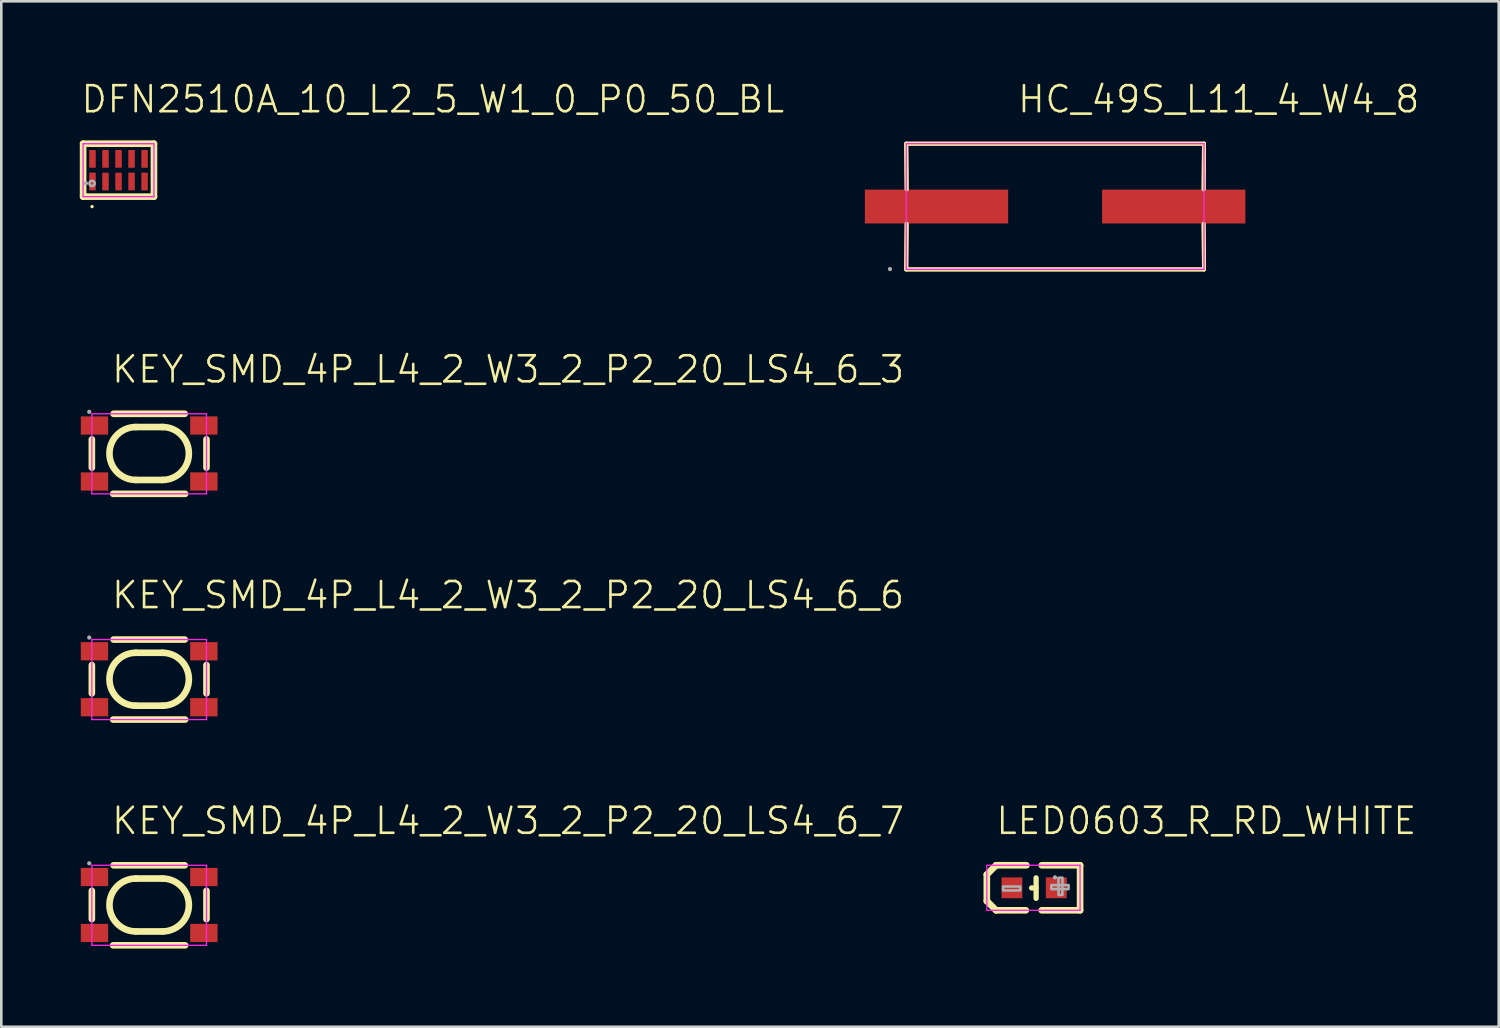
<source format=kicad_pcb>
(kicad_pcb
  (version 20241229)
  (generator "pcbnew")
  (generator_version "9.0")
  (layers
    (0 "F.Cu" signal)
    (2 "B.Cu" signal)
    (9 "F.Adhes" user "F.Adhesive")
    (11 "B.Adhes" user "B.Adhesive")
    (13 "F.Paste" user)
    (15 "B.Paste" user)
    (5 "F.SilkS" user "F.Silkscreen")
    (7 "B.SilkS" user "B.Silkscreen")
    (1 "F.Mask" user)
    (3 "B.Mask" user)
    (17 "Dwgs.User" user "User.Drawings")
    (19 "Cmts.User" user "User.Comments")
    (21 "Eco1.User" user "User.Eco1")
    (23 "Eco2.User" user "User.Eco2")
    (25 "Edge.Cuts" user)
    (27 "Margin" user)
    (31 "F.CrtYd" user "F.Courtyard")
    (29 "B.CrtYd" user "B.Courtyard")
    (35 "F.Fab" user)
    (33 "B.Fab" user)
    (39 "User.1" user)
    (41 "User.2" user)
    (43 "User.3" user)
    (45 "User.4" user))
  (footprint "DFN2510A_10_L2_5_W1_0_P0_50_BL"
    (layer "F.Cu")
    (at 1.5 3.483)
    (property "Reference" "DFN2510A_10_L2_5_W1_0_P0_50_BL" (at -1.5 -2.722 0) (layer "F.SilkS") (effects (font (size 1 1) (thickness 0.1)) (justify left)))
    (fp_line (start -1.36 -1.016) (end -1.36 1.016) (stroke (width 0.254) (type solid)) (layer "F.SilkS"))
    (fp_line (start -1.36 -1.016) (end 1.36 -1.016) (stroke (width 0.254) (type solid)) (layer "F.SilkS"))
    (fp_line (start -1.36 1.016) (end 1.36 1.016) (stroke (width 0.254) (type solid)) (layer "F.SilkS"))
    (fp_line (start 1.36 -1.016) (end 1.36 1.016) (stroke (width 0.254) (type solid)) (layer "F.SilkS"))
    (fp_poly (pts (xy -0.952 1.397) (xy -0.953 1.385) (xy -0.957 1.373) (xy -0.963 1.362) (xy -0.971 1.352) (xy -0.98 1.344) (xy -0.992 1.338) (xy -1.004 1.335) (xy -1.016 1.333) (xy -1.028 1.335) (xy -1.04 1.338) (xy -1.052 1.344) (xy -1.061 1.352) (xy -1.069 1.362) (xy -1.075 1.373) (xy -1.079 1.385) (xy -1.08 1.397) (xy -1.079 1.41) (xy -1.075 1.422) (xy -1.069 1.433) (xy -1.061 1.443) (xy -1.052 1.451) (xy -1.04 1.457) (xy -1.028 1.46) (xy -1.016 1.462) (xy -1.004 1.46) (xy -0.992 1.457) (xy -0.98 1.451) (xy -0.971 1.443) (xy -0.963 1.433) (xy -0.957 1.422) (xy -0.953 1.41)) (stroke (width 0) (type solid)) (fill yes) (layer "F.SilkS"))
    (fp_line (start -1.36 -1.016) (end -1.36 1.016) (stroke (width 0.05) (type solid)) (layer "F.CrtYd"))
    (fp_line (start -1.36 1.016) (end 1.36 1.016) (stroke (width 0.05) (type solid)) (layer "F.CrtYd"))
    (fp_line (start 1.36 -1.016) (end -1.36 -1.016) (stroke (width 0.05) (type solid)) (layer "F.CrtYd"))
    (fp_line (start 1.36 1.016) (end 1.36 -1.016) (stroke (width 0.05) (type solid)) (layer "F.CrtYd"))
    (fp_poly (pts (xy -1.22 0.5) (xy -1.221 0.495) (xy -1.222 0.489) (xy -1.225 0.484) (xy -1.229 0.479) (xy -1.233 0.476) (xy -1.239 0.473) (xy -1.244 0.471) (xy -1.25 0.47) (xy -1.256 0.471) (xy -1.261 0.473) (xy -1.267 0.476) (xy -1.271 0.479) (xy -1.275 0.484) (xy -1.278 0.489) (xy -1.279 0.495) (xy -1.28 0.5) (xy -1.279 0.506) (xy -1.278 0.512) (xy -1.275 0.517) (xy -1.271 0.522) (xy -1.267 0.525) (xy -1.261 0.528) (xy -1.256 0.53) (xy -1.25 0.53) (xy -1.244 0.53) (xy -1.239 0.528) (xy -1.233 0.525) (xy -1.229 0.522) (xy -1.225 0.517) (xy -1.222 0.512) (xy -1.221 0.506)) (stroke (width 0.1) (type solid)) (fill no) (layer "F.Fab"))
    (fp_poly (pts (xy -0.916 0.508) (xy -0.918 0.489) (xy -0.924 0.47) (xy -0.933 0.453) (xy -0.945 0.438) (xy -0.96 0.425) (xy -0.978 0.416) (xy -0.996 0.41) (xy -1.016 0.408) (xy -1.036 0.41) (xy -1.054 0.416) (xy -1.072 0.425) (xy -1.087 0.438) (xy -1.099 0.453) (xy -1.108 0.47) (xy -1.114 0.489) (xy -1.116 0.508) (xy -1.114 0.528) (xy -1.108 0.547) (xy -1.099 0.564) (xy -1.087 0.579) (xy -1.072 0.592) (xy -1.054 0.601) (xy -1.036 0.607) (xy -1.016 0.609) (xy -0.996 0.607) (xy -0.978 0.601) (xy -0.96 0.592) (xy -0.945 0.579) (xy -0.933 0.564) (xy -0.924 0.547) (xy -0.918 0.528)) (stroke (width 0.1) (type solid)) (fill no) (layer "F.Fab"))
    (pad "" smd rect (at -1 -0.434) (size 0.352 0.782) (layers "F.Mask"))
    (pad "" smd rect (at -1 0.434) (size 0.352 0.782) (layers "F.Mask"))
    (pad "" smd rect (at -0.5 -0.434) (size 0.352 0.782) (layers "F.Mask"))
    (pad "" smd rect (at -0.5 0.434) (size 0.352 0.782) (layers "F.Mask"))
    (pad "" smd rect (at 0 -0.434) (size 0.352 0.782) (layers "F.Mask"))
    (pad "" smd rect (at 0 0.434) (size 0.352 0.782) (layers "F.Mask"))
    (pad "" smd rect (at 0.5 -0.434) (size 0.352 0.782) (layers "F.Mask"))
    (pad "" smd rect (at 0.5 0.434) (size 0.352 0.782) (layers "F.Mask"))
    (pad "" smd rect (at 1 -0.434) (size 0.352 0.782) (layers "F.Mask"))
    (pad "" smd rect (at 1 0.434) (size 0.352 0.782) (layers "F.Mask"))
    (pad "1" smd rect (at -1 0.434) (size 0.25 0.68) (layers "F.Cu" "F.Paste"))
    (pad "2" smd rect (at -0.5 0.434) (size 0.25 0.68) (layers "F.Cu" "F.Paste"))
    (pad "3" smd rect (at 0 0.434) (size 0.25 0.68) (layers "F.Cu" "F.Paste"))
    (pad "4" smd rect (at 0.5 0.434) (size 0.25 0.68) (layers "F.Cu" "F.Paste"))
    (pad "5" smd rect (at 1 0.434) (size 0.25 0.68) (layers "F.Cu" "F.Paste"))
    (pad "6" smd rect (at 1 -0.434) (size 0.25 0.68) (layers "F.Cu" "F.Paste"))
    (pad "7" smd rect (at 0.5 -0.434) (size 0.25 0.68) (layers "F.Cu" "F.Paste"))
    (pad "8" smd rect (at 0 -0.434) (size 0.25 0.68) (layers "F.Cu" "F.Paste"))
    (pad "9" smd rect (at -0.5 -0.434) (size 0.25 0.68) (layers "F.Cu" "F.Paste"))
    (pad "10" smd rect (at -1 -0.434) (size 0.25 0.68) (layers "F.Cu" "F.Paste")))
  (footprint "HC_49S_L11_4_W4_8"
    (layer "F.Cu")
    (at 37.454 4.879)
    (property "Reference" "HC_49S_L11_4_W4_8" (at -1.5 -4.119 0) (layer "F.SilkS") (effects (font (size 1 1) (thickness 0.1)) (justify left)))
    (fp_line (start -5.715 -2.413) (end -5.7 -0.663) (stroke (width 0.152) (type solid)) (layer "F.SilkS"))
    (fp_line (start -5.715 -2.413) (end -5.7 -0.663) (stroke (width 0.152) (type solid)) (layer "F.SilkS"))
    (fp_line (start -5.715 2.413) (end 5.715 2.413) (stroke (width 0.152) (type solid)) (layer "F.SilkS"))
    (fp_line (start -5.715 2.413) (end 5.715 2.413) (stroke (width 0.152) (type solid)) (layer "F.SilkS"))
    (fp_line (start -5.7 0.662) (end -5.715 2.413) (stroke (width 0.152) (type solid)) (layer "F.SilkS"))
    (fp_line (start -5.7 0.662) (end -5.715 2.413) (stroke (width 0.152) (type solid)) (layer "F.SilkS"))
    (fp_line (start 5.7 -0.663) (end 5.715 -2.413) (stroke (width 0.152) (type solid)) (layer "F.SilkS"))
    (fp_line (start 5.7 -0.663) (end 5.715 -2.413) (stroke (width 0.152) (type solid)) (layer "F.SilkS"))
    (fp_line (start 5.715 -2.413) (end -5.715 -2.413) (stroke (width 0.152) (type solid)) (layer "F.SilkS"))
    (fp_line (start 5.715 -2.413) (end -5.715 -2.413) (stroke (width 0.152) (type solid)) (layer "F.SilkS"))
    (fp_line (start 5.715 2.413) (end 5.7 0.662) (stroke (width 0.152) (type solid)) (layer "F.SilkS"))
    (fp_line (start 5.715 2.413) (end 5.7 0.662) (stroke (width 0.152) (type solid)) (layer "F.SilkS"))
    (fp_line (start -5.715 -2.413) (end -5.715 2.413) (stroke (width 0.05) (type solid)) (layer "F.CrtYd"))
    (fp_line (start -5.715 2.413) (end 5.715 2.413) (stroke (width 0.05) (type solid)) (layer "F.CrtYd"))
    (fp_line (start 5.715 -2.413) (end -5.715 -2.413) (stroke (width 0.05) (type solid)) (layer "F.CrtYd"))
    (fp_line (start 5.715 2.413) (end 5.715 -2.413) (stroke (width 0.05) (type solid)) (layer "F.CrtYd"))
    (fp_poly (pts (xy -6.31 2.4) (xy -6.311 2.394) (xy -6.312 2.389) (xy -6.315 2.383) (xy -6.319 2.379) (xy -6.323 2.375) (xy -6.329 2.372) (xy -6.334 2.371) (xy -6.34 2.37) (xy -6.346 2.371) (xy -6.351 2.372) (xy -6.357 2.375) (xy -6.361 2.379) (xy -6.365 2.383) (xy -6.368 2.389) (xy -6.369 2.394) (xy -6.37 2.4) (xy -6.369 2.406) (xy -6.368 2.411) (xy -6.365 2.417) (xy -6.361 2.421) (xy -6.357 2.425) (xy -6.351 2.428) (xy -6.346 2.429) (xy -6.34 2.43) (xy -6.334 2.429) (xy -6.329 2.428) (xy -6.323 2.425) (xy -6.319 2.421) (xy -6.315 2.417) (xy -6.312 2.411) (xy -6.311 2.406)) (stroke (width 0.1) (type solid)) (fill no) (layer "F.Fab"))
    (pad "" smd rect (at -4.553 0 180) (size 5.602 1.402) (layers "F.Mask"))
    (pad "" smd rect (at 4.553 0 180) (size 5.602 1.402) (layers "F.Mask"))
    (pad "1" smd rect (at -4.553 0 180) (size 5.5 1.3) (layers "F.Cu" "F.Paste"))
    (pad "2" smd rect (at 4.553 0 180) (size 5.5 1.3) (layers "F.Cu" "F.Paste")))
  (footprint "KEY_SMD_4P_L4_2_W3_2_P2_20_LS4_6_6"
    (layer "F.Cu")
    (at 2.676 23.037)
    (property "Reference" "KEY_SMD_4P_L4_2_W3_2_P2_20_LS4_6_6" (at -1.5 -3.242 0) (layer "F.SilkS") (effects (font (size 1 1) (thickness 0.1)) (justify left)))
    (fp_line (start -2.2 -0.556) (end -2.2 0.53) (stroke (width 0.254) (type solid)) (layer "F.SilkS"))
    (fp_line (start -1.381 1.536) (end 1.381 1.536) (stroke (width 0.254) (type solid)) (layer "F.SilkS"))
    (fp_line (start -0.508 -1.028) (end 0.508 -1.028) (stroke (width 0.254) (type solid)) (layer "F.SilkS"))
    (fp_line (start -0.508 1.004) (end 0.508 1.004) (stroke (width 0.254) (type solid)) (layer "F.SilkS"))
    (fp_line (start 1.366 -1.536) (end -1.366 -1.536) (stroke (width 0.254) (type solid)) (layer "F.SilkS"))
    (fp_line (start 2.2 -0.556) (end 2.2 0.53) (stroke (width 0.254) (type solid)) (layer "F.SilkS"))
    (fp_arc (start -0.508 1.0035) (mid -1.524 -0.0125) (end -0.508 -1.0285) (stroke (width 0.254) (type solid)) (layer "F.SilkS"))
    (fp_arc (start 0.508 -1.0285) (mid 1.524 -0.0125) (end 0.508 1.0035) (stroke (width 0.254) (type solid)) (layer "F.SilkS"))
    (fp_line (start -2.2 -1.536) (end -2.2 1.536) (stroke (width 0.05) (type solid)) (layer "F.CrtYd"))
    (fp_line (start -2.2 1.536) (end 2.2 1.536) (stroke (width 0.05) (type solid)) (layer "F.CrtYd"))
    (fp_line (start 2.2 -1.536) (end -2.2 -1.536) (stroke (width 0.05) (type solid)) (layer "F.CrtYd"))
    (fp_line (start 2.2 1.536) (end 2.2 -1.536) (stroke (width 0.05) (type solid)) (layer "F.CrtYd"))
    (fp_poly (pts (xy -2.27 -1.613) (xy -2.271 -1.618) (xy -2.272 -1.624) (xy -2.275 -1.629) (xy -2.279 -1.634) (xy -2.283 -1.637) (xy -2.289 -1.64) (xy -2.294 -1.642) (xy -2.3 -1.643) (xy -2.306 -1.642) (xy -2.311 -1.64) (xy -2.317 -1.637) (xy -2.321 -1.634) (xy -2.325 -1.629) (xy -2.328 -1.624) (xy -2.329 -1.618) (xy -2.33 -1.613) (xy -2.329 -1.607) (xy -2.328 -1.601) (xy -2.325 -1.596) (xy -2.321 -1.591) (xy -2.317 -1.588) (xy -2.311 -1.585) (xy -2.306 -1.583) (xy -2.3 -1.583) (xy -2.294 -1.583) (xy -2.289 -1.585) (xy -2.283 -1.588) (xy -2.279 -1.591) (xy -2.275 -1.596) (xy -2.272 -1.601) (xy -2.271 -1.607)) (stroke (width 0.1) (type solid)) (fill no) (layer "F.Fab"))
    (pad "" smd rect (at -2.1 -1.087) (size 1.152 0.802) (layers "F.Mask"))
    (pad "" smd rect (at -2.1 1.062) (size 1.152 0.802) (layers "F.Mask"))
    (pad "" smd rect (at 2.1 -1.087) (size 1.152 0.802) (layers "F.Mask"))
    (pad "" smd rect (at 2.1 1.062) (size 1.152 0.802) (layers "F.Mask"))
    (pad "1" smd rect (at -2.1 -1.087) (size 1.05 0.7) (layers "F.Cu" "F.Paste"))
    (pad "2" smd rect (at 2.1 -1.087) (size 1.05 0.7) (layers "F.Cu" "F.Paste"))
    (pad "3" smd rect (at -2.1 1.062) (size 1.05 0.7) (layers "F.Cu" "F.Paste"))
    (pad "4" smd rect (at 2.1 1.062) (size 1.05 0.7) (layers "F.Cu" "F.Paste")))
  (footprint "KEY_SMD_4P_L4_2_W3_2_P2_20_LS4_6_7"
    (layer "F.Cu")
    (at 2.676 31.703)
    (property "Reference" "KEY_SMD_4P_L4_2_W3_2_P2_20_LS4_6_7" (at -1.5 -3.242 0) (layer "F.SilkS") (effects (font (size 1 1) (thickness 0.1)) (justify left)))
    (fp_line (start -2.2 -0.556) (end -2.2 0.53) (stroke (width 0.254) (type solid)) (layer "F.SilkS"))
    (fp_line (start -1.381 1.536) (end 1.381 1.536) (stroke (width 0.254) (type solid)) (layer "F.SilkS"))
    (fp_line (start -0.508 -1.028) (end 0.508 -1.028) (stroke (width 0.254) (type solid)) (layer "F.SilkS"))
    (fp_line (start -0.508 1.004) (end 0.508 1.004) (stroke (width 0.254) (type solid)) (layer "F.SilkS"))
    (fp_line (start 1.366 -1.536) (end -1.366 -1.536) (stroke (width 0.254) (type solid)) (layer "F.SilkS"))
    (fp_line (start 2.2 -0.556) (end 2.2 0.53) (stroke (width 0.254) (type solid)) (layer "F.SilkS"))
    (fp_arc (start -0.508 1.0035) (mid -1.524 -0.0125) (end -0.508 -1.0285) (stroke (width 0.254) (type solid)) (layer "F.SilkS"))
    (fp_arc (start 0.508 -1.0285) (mid 1.524 -0.0125) (end 0.508 1.0035) (stroke (width 0.254) (type solid)) (layer "F.SilkS"))
    (fp_line (start -2.2 -1.536) (end -2.2 1.536) (stroke (width 0.05) (type solid)) (layer "F.CrtYd"))
    (fp_line (start -2.2 1.536) (end 2.2 1.536) (stroke (width 0.05) (type solid)) (layer "F.CrtYd"))
    (fp_line (start 2.2 -1.536) (end -2.2 -1.536) (stroke (width 0.05) (type solid)) (layer "F.CrtYd"))
    (fp_line (start 2.2 1.536) (end 2.2 -1.536) (stroke (width 0.05) (type solid)) (layer "F.CrtYd"))
    (fp_poly (pts (xy -2.27 -1.613) (xy -2.271 -1.618) (xy -2.272 -1.624) (xy -2.275 -1.629) (xy -2.279 -1.634) (xy -2.283 -1.637) (xy -2.289 -1.64) (xy -2.294 -1.642) (xy -2.3 -1.643) (xy -2.306 -1.642) (xy -2.311 -1.64) (xy -2.317 -1.637) (xy -2.321 -1.634) (xy -2.325 -1.629) (xy -2.328 -1.624) (xy -2.329 -1.618) (xy -2.33 -1.613) (xy -2.329 -1.607) (xy -2.328 -1.601) (xy -2.325 -1.596) (xy -2.321 -1.591) (xy -2.317 -1.588) (xy -2.311 -1.585) (xy -2.306 -1.583) (xy -2.3 -1.583) (xy -2.294 -1.583) (xy -2.289 -1.585) (xy -2.283 -1.588) (xy -2.279 -1.591) (xy -2.275 -1.596) (xy -2.272 -1.601) (xy -2.271 -1.607)) (stroke (width 0.1) (type solid)) (fill no) (layer "F.Fab"))
    (pad "" smd rect (at -2.1 -1.087) (size 1.152 0.802) (layers "F.Mask"))
    (pad "" smd rect (at -2.1 1.062) (size 1.152 0.802) (layers "F.Mask"))
    (pad "" smd rect (at 2.1 -1.087) (size 1.152 0.802) (layers "F.Mask"))
    (pad "" smd rect (at 2.1 1.062) (size 1.152 0.802) (layers "F.Mask"))
    (pad "1" smd rect (at -2.1 -1.087) (size 1.05 0.7) (layers "F.Cu" "F.Paste"))
    (pad "2" smd rect (at 2.1 -1.087) (size 1.05 0.7) (layers "F.Cu" "F.Paste"))
    (pad "3" smd rect (at -2.1 1.062) (size 1.05 0.7) (layers "F.Cu" "F.Paste"))
    (pad "4" smd rect (at 2.1 1.062) (size 1.05 0.7) (layers "F.Cu" "F.Paste")))
  (footprint "LED0603_R_RD_WHITE"
    (layer "F.Cu")
    (at 36.622 31.03)
    (property "Reference" "LED0603_R_RD_WHITE" (at -1.5 -2.569 0) (layer "F.SilkS") (effects (font (size 1 1) (thickness 0.1)) (justify left)))
    (fp_line (start -1.79 -0.507) (end -1.435 -0.864) (stroke (width 0.254) (type solid)) (layer "F.SilkS"))
    (fp_line (start -1.79 0.508) (end -1.79 -0.507) (stroke (width 0.254) (type solid)) (layer "F.SilkS"))
    (fp_line (start -1.435 0.864) (end -1.79 0.508) (stroke (width 0.254) (type solid)) (layer "F.SilkS"))
    (fp_line (start -0.291 0.864) (end -1.435 0.864) (stroke (width 0.254) (type solid)) (layer "F.SilkS"))
    (fp_line (start -0.267 -0.864) (end -1.435 -0.864) (stroke (width 0.254) (type solid)) (layer "F.SilkS"))
    (fp_line (start 0.102 0.007) (end -0.073 0.007) (stroke (width 0.203) (type solid)) (layer "F.SilkS"))
    (fp_line (start 0.102 0.406) (end 0.102 -0.381) (stroke (width 0.203) (type solid)) (layer "F.SilkS"))
    (fp_line (start 1.79 -0.864) (end 0.318 -0.864) (stroke (width 0.254) (type solid)) (layer "F.SilkS"))
    (fp_line (start 1.79 0.864) (end 0.318 0.864) (stroke (width 0.254) (type solid)) (layer "F.SilkS"))
    (fp_line (start 1.79 0.864) (end 1.79 -0.864) (stroke (width 0.254) (type solid)) (layer "F.SilkS"))
    (fp_line (start -1.79 -0.864) (end -1.79 0.864) (stroke (width 0.05) (type solid)) (layer "F.CrtYd"))
    (fp_line (start -1.79 0.864) (end 1.79 0.864) (stroke (width 0.05) (type solid)) (layer "F.CrtYd"))
    (fp_line (start 1.79 -0.864) (end -1.79 -0.864) (stroke (width 0.05) (type solid)) (layer "F.CrtYd"))
    (fp_line (start 1.79 0.864) (end 1.79 -0.864) (stroke (width 0.05) (type solid)) (layer "F.CrtYd"))
    (fp_poly (pts (xy -1.167 -0.05) (xy -0.507 -0.05) (xy -0.507 0.102) (xy -1.167 0.102)) (stroke (width 0.1) (type solid)) (fill no) (layer "F.Fab"))
    (fp_poly (pts (xy 0.686 -0.102) (xy 1.347 -0.102) (xy 1.347 0.051) (xy 0.686 0.051)) (stroke (width 0.1) (type solid)) (fill no) (layer "F.Fab"))
    (fp_poly (pts (xy 0.962 0.276) (xy 0.962 -0.386) (xy 1.113 -0.386) (xy 1.113 0.276)) (stroke (width 0.1) (type solid)) (fill no) (layer "F.Fab"))
    (fp_poly (pts (xy 0.856 -0.401) (xy 0.855 -0.406) (xy 0.853 -0.412) (xy 0.85 -0.417) (xy 0.847 -0.422) (xy 0.842 -0.425) (xy 0.837 -0.428) (xy 0.831 -0.43) (xy 0.826 -0.43) (xy 0.82 -0.43) (xy 0.814 -0.428) (xy 0.809 -0.425) (xy 0.804 -0.422) (xy 0.801 -0.417) (xy 0.798 -0.412) (xy 0.796 -0.406) (xy 0.795 -0.401) (xy 0.796 -0.395) (xy 0.798 -0.389) (xy 0.801 -0.384) (xy 0.804 -0.379) (xy 0.809 -0.376) (xy 0.814 -0.373) (xy 0.82 -0.371) (xy 0.826 -0.37) (xy 0.831 -0.371) (xy 0.837 -0.373) (xy 0.842 -0.376) (xy 0.847 -0.379) (xy 0.85 -0.384) (xy 0.853 -0.389) (xy 0.855 -0.395)) (stroke (width 0.1) (type solid)) (fill no) (layer "F.Fab"))
    (pad "" smd rect (at -0.826 0.001 90) (size 0.902 0.902) (layers "F.Mask"))
    (pad "" smd rect (at 0.876 0.001 90) (size 0.902 0.902) (layers "F.Mask"))
    (pad "1" smd rect (at 0.876 0.001 90) (size 0.8 0.8) (layers "F.Cu" "F.Paste"))
    (pad "2" smd rect (at -0.826 0.001 90) (size 0.8 0.8) (layers "F.Cu" "F.Paste")))
  (footprint "KEY_SMD_4P_L4_2_W3_2_P2_20_LS4_6_3"
    (layer "F.Cu")
    (at 2.676 14.371)
    (property "Reference" "KEY_SMD_4P_L4_2_W3_2_P2_20_LS4_6_3" (at -1.5 -3.242 0) (layer "F.SilkS") (effects (font (size 1 1) (thickness 0.1)) (justify left)))
    (fp_line (start -2.2 -0.556) (end -2.2 0.53) (stroke (width 0.254) (type solid)) (layer "F.SilkS"))
    (fp_line (start -1.381 1.536) (end 1.381 1.536) (stroke (width 0.254) (type solid)) (layer "F.SilkS"))
    (fp_line (start -0.508 -1.028) (end 0.508 -1.028) (stroke (width 0.254) (type solid)) (layer "F.SilkS"))
    (fp_line (start -0.508 1.004) (end 0.508 1.004) (stroke (width 0.254) (type solid)) (layer "F.SilkS"))
    (fp_line (start 1.366 -1.536) (end -1.366 -1.536) (stroke (width 0.254) (type solid)) (layer "F.SilkS"))
    (fp_line (start 2.2 -0.556) (end 2.2 0.53) (stroke (width 0.254) (type solid)) (layer "F.SilkS"))
    (fp_arc (start -0.508 1.0035) (mid -1.524 -0.0125) (end -0.508 -1.0285) (stroke (width 0.254) (type solid)) (layer "F.SilkS"))
    (fp_arc (start 0.508 -1.0285) (mid 1.524 -0.0125) (end 0.508 1.0035) (stroke (width 0.254) (type solid)) (layer "F.SilkS"))
    (fp_line (start -2.2 -1.536) (end -2.2 1.536) (stroke (width 0.05) (type solid)) (layer "F.CrtYd"))
    (fp_line (start -2.2 1.536) (end 2.2 1.536) (stroke (width 0.05) (type solid)) (layer "F.CrtYd"))
    (fp_line (start 2.2 -1.536) (end -2.2 -1.536) (stroke (width 0.05) (type solid)) (layer "F.CrtYd"))
    (fp_line (start 2.2 1.536) (end 2.2 -1.536) (stroke (width 0.05) (type solid)) (layer "F.CrtYd"))
    (fp_poly (pts (xy -2.27 -1.613) (xy -2.271 -1.618) (xy -2.272 -1.624) (xy -2.275 -1.629) (xy -2.279 -1.634) (xy -2.283 -1.637) (xy -2.289 -1.64) (xy -2.294 -1.642) (xy -2.3 -1.643) (xy -2.306 -1.642) (xy -2.311 -1.64) (xy -2.317 -1.637) (xy -2.321 -1.634) (xy -2.325 -1.629) (xy -2.328 -1.624) (xy -2.329 -1.618) (xy -2.33 -1.613) (xy -2.329 -1.607) (xy -2.328 -1.601) (xy -2.325 -1.596) (xy -2.321 -1.591) (xy -2.317 -1.588) (xy -2.311 -1.585) (xy -2.306 -1.583) (xy -2.3 -1.583) (xy -2.294 -1.583) (xy -2.289 -1.585) (xy -2.283 -1.588) (xy -2.279 -1.591) (xy -2.275 -1.596) (xy -2.272 -1.601) (xy -2.271 -1.607)) (stroke (width 0.1) (type solid)) (fill no) (layer "F.Fab"))
    (pad "" smd rect (at -2.1 -1.087) (size 1.152 0.802) (layers "F.Mask"))
    (pad "" smd rect (at -2.1 1.062) (size 1.152 0.802) (layers "F.Mask"))
    (pad "" smd rect (at 2.1 -1.087) (size 1.152 0.802) (layers "F.Mask"))
    (pad "" smd rect (at 2.1 1.062) (size 1.152 0.802) (layers "F.Mask"))
    (pad "1" smd rect (at -2.1 -1.087) (size 1.05 0.7) (layers "F.Cu" "F.Paste"))
    (pad "2" smd rect (at 2.1 -1.087) (size 1.05 0.7) (layers "F.Cu" "F.Paste"))
    (pad "3" smd rect (at -2.1 1.062) (size 1.05 0.7) (layers "F.Cu" "F.Paste"))
    (pad "4" smd rect (at 2.1 1.062) (size 1.05 0.7) (layers "F.Cu" "F.Paste")))
  (gr_rect
    (start -3 -3)
    (end 54.483 36.366)
    (stroke (width 0.1) (type default))
    (fill no)
    (layer "Edge.Cuts")))
</source>
